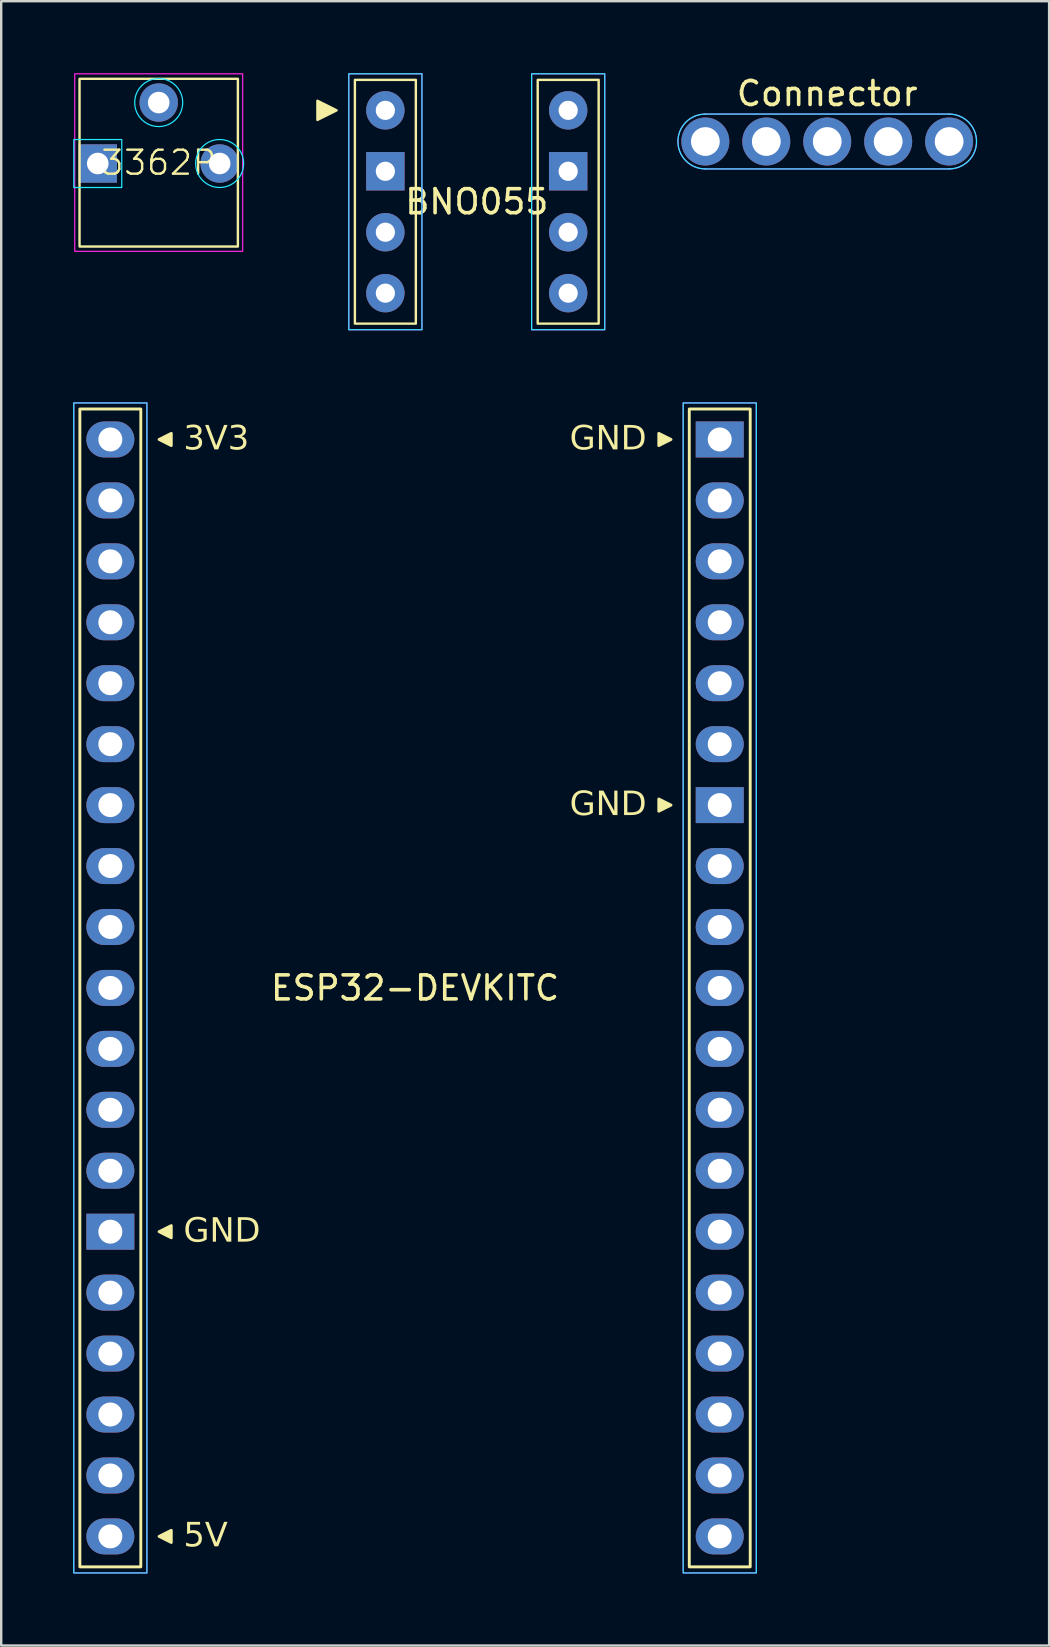
<source format=kicad_pcb>
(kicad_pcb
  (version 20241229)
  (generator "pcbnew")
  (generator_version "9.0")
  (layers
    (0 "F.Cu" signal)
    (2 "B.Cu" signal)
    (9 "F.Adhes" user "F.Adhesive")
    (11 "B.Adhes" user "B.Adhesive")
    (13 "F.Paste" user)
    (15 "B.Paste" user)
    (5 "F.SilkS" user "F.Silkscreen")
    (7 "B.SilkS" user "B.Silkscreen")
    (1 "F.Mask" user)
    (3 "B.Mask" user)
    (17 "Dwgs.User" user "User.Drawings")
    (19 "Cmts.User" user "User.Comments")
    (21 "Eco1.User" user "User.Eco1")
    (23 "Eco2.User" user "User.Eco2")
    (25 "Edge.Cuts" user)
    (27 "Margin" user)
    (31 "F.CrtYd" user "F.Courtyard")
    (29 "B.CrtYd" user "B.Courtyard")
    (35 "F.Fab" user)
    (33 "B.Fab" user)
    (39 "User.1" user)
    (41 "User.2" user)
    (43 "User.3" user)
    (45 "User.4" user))
  (footprint "Connector"
    (layer "F.Cu")
    (at 31.429 2.848)
    (property "Reference" "Connector" (at 0 -2 0) (unlocked yes) (layer "F.SilkS") (effects (font (size 1 1) (thickness 0.15))))
    (attr through_hole exclude_from_bom)
    (fp_line (start -5.08 -1.143) (end 5.08 -1.143) (stroke (width 0.05) (type default)) (layer "B.CrtYd"))
    (fp_line (start 5.08 1.143) (end -5.08 1.143) (stroke (width 0.05) (type default)) (layer "B.CrtYd"))
    (fp_arc (start -5.08 1.143) (mid -6.223 0) (end -5.08 -1.143) (stroke (width 0.05) (type default)) (layer "B.CrtYd"))
    (fp_arc (start 5.08 -1.143) (mid 6.223 0) (end 5.08 1.143) (stroke (width 0.05) (type default)) (layer "B.CrtYd"))
    (fp_line (start -5.08 -1.143) (end 5.08 -1.143) (stroke (width 0.05) (type default)) (layer "F.CrtYd"))
    (fp_line (start 5.08 1.143) (end -5.08 1.143) (stroke (width 0.05) (type default)) (layer "F.CrtYd"))
    (fp_arc (start -5.08 1.143) (mid -6.223 0) (end -5.08 -1.143) (stroke (width 0.05) (type default)) (layer "F.CrtYd"))
    (fp_arc (start 5.08 -1.143) (mid 6.223 0) (end 5.08 1.143) (stroke (width 0.05) (type default)) (layer "F.CrtYd"))
    (pad "1" thru_hole circle (at -5.08 0) (size 2 2) (drill 1.2) (layers "*.Cu" "*.Mask"))
    (pad "2" thru_hole circle (at -2.54 0) (size 2 2) (drill 1.2) (layers "*.Cu" "*.Mask"))
    (pad "3" thru_hole circle (at 0 0) (size 2 2) (drill 1.2) (layers "*.Cu" "*.Mask"))
    (pad "4" thru_hole circle (at 2.54 0) (size 2 2) (drill 1.2) (layers "*.Cu" "*.Mask"))
    (pad "5" thru_hole circle (at 5.08 0) (size 2 2) (drill 1.2) (layers "*.Cu" "*.Mask")))
  (footprint "3362P"
    (layer "F.Cu")
    (at 3.565 3.765)
    (property "Reference" "3362P" (at 0 -0.035 0) (unlocked yes) (layer "F.SilkS") (effects (font (size 1 1) (thickness 0.1))))
    (attr through_hole)
    (fp_rect (start -3.3 -3.53) (end 3.3 3.46) (stroke (width 0.1) (type default)) (fill no) (layer "F.SilkS"))
    (fp_rect (start -3.54 -1) (end -1.54 1) (stroke (width 0.05) (type default)) (fill no) (layer "B.CrtYd"))
    (fp_circle (center 0 -2.54) (end 0 -1.54) (stroke (width 0.05) (type default)) (fill no) (layer "B.CrtYd"))
    (fp_circle (center 2.54 0) (end 3.54 0) (stroke (width 0.05) (type default)) (fill no) (layer "B.CrtYd"))
    (fp_rect (start -3.5 -3.74) (end 3.5 3.66) (stroke (width 0.05) (type default)) (fill no) (layer "F.CrtYd"))
    (pad "1" thru_hole rect (at -2.54 0) (size 1.6 1.6) (drill 0.9) (layers "*.Cu" "*.Mask"))
    (pad "2" thru_hole circle (at 0 -2.54) (size 1.6 1.6) (drill 0.9) (layers "*.Cu" "*.Mask"))
    (pad "3" thru_hole circle (at 2.54 0) (size 1.6 1.6) (drill 0.9) (layers "*.Cu" "*.Mask")))
  (footprint "ESP32-DEVKITC"
    (layer "F.Cu")
    (at 14.249 38.127)
    (property "Reference" "ESP32-DEVKITC" (at 0 0 0) (layer "F.SilkS") (effects (font (size 1 1) (thickness 0.15))))
    (attr through_hole)
    (fp_rect (start -13.97 -24.13) (end -11.43 24.13) (stroke (width 0.12) (type default)) (fill no) (layer "F.SilkS"))
    (fp_rect (start 11.43 -24.13) (end 13.97 24.13) (stroke (width 0.12) (type default)) (fill no) (layer "F.SilkS"))
    (fp_poly (pts (xy -10.668 -22.86) (xy -10.16 -22.606) (xy -10.16 -23.114)) (stroke (width 0.12) (type solid)) (fill yes) (layer "F.SilkS"))
    (fp_poly (pts (xy -10.668 10.16) (xy -10.16 10.414) (xy -10.16 9.906)) (stroke (width 0.12) (type solid)) (fill yes) (layer "F.SilkS"))
    (fp_poly (pts (xy -10.668 22.86) (xy -10.16 23.114) (xy -10.16 22.606)) (stroke (width 0.12) (type solid)) (fill yes) (layer "F.SilkS"))
    (fp_poly (pts (xy 10.668 -22.86) (xy 10.16 -23.114) (xy 10.16 -22.606)) (stroke (width 0.12) (type solid)) (fill yes) (layer "F.SilkS"))
    (fp_poly (pts (xy 10.668 -7.62) (xy 10.16 -7.874) (xy 10.16 -7.366)) (stroke (width 0.12) (type solid)) (fill yes) (layer "F.SilkS"))
    (fp_rect (start -14.224 -24.384) (end -11.176 24.384) (stroke (width 0.05) (type default)) (fill no) (layer "B.CrtYd"))
    (fp_rect (start 11.176 -24.384) (end 14.224 24.384) (stroke (width 0.05) (type default)) (fill no) (layer "B.CrtYd"))
    (fp_rect (start -14.224 -24.384) (end -11.176 24.384) (stroke (width 0.05) (type default)) (fill no) (layer "F.CrtYd"))
    (fp_rect (start 11.176 -24.384) (end 14.224 24.384) (stroke (width 0.05) (type default)) (fill no) (layer "F.CrtYd"))
    (fp_text user "GND" (at 9.652 -22.86 0) (unlocked yes) (layer "F.SilkS") (effects (font (face "Bahnschrift") (size 1 1) (thickness 0.15)) (justify right)))
    (fp_text user "5V" (at -9.652 22.86 0) (unlocked yes) (layer "F.SilkS") (effects (font (face "Bahnschrift") (size 1 1) (thickness 0.15)) (justify left)))
    (fp_text user "3V3" (at -9.652 -22.86 0) (unlocked yes) (layer "F.SilkS") (effects (font (face "Bahnschrift") (size 1 1) (thickness 0.15)) (justify left)))
    (fp_text user "GND" (at -9.652 10.16 0) (unlocked yes) (layer "F.SilkS") (effects (font (face "Bahnschrift") (size 1 1) (thickness 0.15)) (justify left)))
    (fp_text user "GND" (at 9.652 -7.62 0) (unlocked yes) (layer "F.SilkS") (effects (font (face "Bahnschrift") (size 1 1) (thickness 0.15)) (justify right)))
    (pad "1" thru_hole oval (at -12.7 -22.86) (size 2 1.5) (drill 1) (layers "*.Cu" "*.Mask"))
    (pad "2" thru_hole oval (at -12.7 -20.32) (size 2 1.5) (drill 1) (layers "*.Cu" "*.Mask"))
    (pad "3" thru_hole oval (at -12.7 -17.78) (size 2 1.5) (drill 1) (layers "*.Cu" "*.Mask"))
    (pad "4" thru_hole oval (at -12.7 -15.24) (size 2 1.5) (drill 1) (layers "*.Cu" "*.Mask"))
    (pad "5" thru_hole oval (at -12.7 -12.7) (size 2 1.5) (drill 1) (layers "*.Cu" "*.Mask"))
    (pad "6" thru_hole oval (at -12.7 -10.16) (size 2 1.5) (drill 1) (layers "*.Cu" "*.Mask"))
    (pad "7" thru_hole oval (at -12.7 -7.62) (size 2 1.5) (drill 1) (layers "*.Cu" "*.Mask"))
    (pad "8" thru_hole oval (at -12.7 -5.08) (size 2 1.5) (drill 1) (layers "*.Cu" "*.Mask"))
    (pad "9" thru_hole oval (at -12.7 -2.54) (size 2 1.5) (drill 1) (layers "*.Cu" "*.Mask"))
    (pad "10" thru_hole oval (at -12.7 0) (size 2 1.5) (drill 1) (layers "*.Cu" "*.Mask"))
    (pad "11" thru_hole oval (at -12.7 2.54) (size 2 1.5) (drill 1) (layers "*.Cu" "*.Mask"))
    (pad "12" thru_hole oval (at -12.7 5.08) (size 2 1.5) (drill 1) (layers "*.Cu" "*.Mask"))
    (pad "13" thru_hole oval (at -12.7 7.62) (size 2 1.5) (drill 1) (layers "*.Cu" "*.Mask"))
    (pad "14" thru_hole rect (at -12.7 10.16) (size 2 1.5) (drill 1) (layers "*.Cu" "*.Mask"))
    (pad "15" thru_hole oval (at -12.7 12.7) (size 2 1.5) (drill 1) (layers "*.Cu" "*.Mask"))
    (pad "16" thru_hole oval (at -12.7 15.24) (size 2 1.5) (drill 1) (layers "*.Cu" "*.Mask"))
    (pad "17" thru_hole oval (at -12.7 17.78) (size 2 1.5) (drill 1) (layers "*.Cu" "*.Mask"))
    (pad "18" thru_hole oval (at -12.7 20.32) (size 2 1.5) (drill 1) (layers "*.Cu" "*.Mask"))
    (pad "19" thru_hole oval (at -12.7 22.86) (size 2 1.5) (drill 1) (layers "*.Cu" "*.Mask"))
    (pad "20" thru_hole oval (at 12.7 22.86) (size 2 1.5) (drill 1) (layers "*.Cu" "*.Mask"))
    (pad "21" thru_hole oval (at 12.7 20.32) (size 2 1.5) (drill 1) (layers "*.Cu" "*.Mask"))
    (pad "22" thru_hole oval (at 12.7 17.78) (size 2 1.5) (drill 1) (layers "*.Cu" "*.Mask"))
    (pad "23" thru_hole oval (at 12.7 15.24) (size 2 1.5) (drill 1) (layers "*.Cu" "*.Mask"))
    (pad "24" thru_hole oval (at 12.7 12.7) (size 2 1.5) (drill 1) (layers "*.Cu" "*.Mask"))
    (pad "25" thru_hole oval (at 12.7 10.16) (size 2 1.5) (drill 1) (layers "*.Cu" "*.Mask"))
    (pad "26" thru_hole oval (at 12.7 7.62) (size 2 1.5) (drill 1) (layers "*.Cu" "*.Mask"))
    (pad "27" thru_hole oval (at 12.7 5.08) (size 2 1.5) (drill 1) (layers "*.Cu" "*.Mask"))
    (pad "28" thru_hole oval (at 12.7 2.54) (size 2 1.5) (drill 1) (layers "*.Cu" "*.Mask"))
    (pad "29" thru_hole oval (at 12.7 0) (size 2 1.5) (drill 1) (layers "*.Cu" "*.Mask"))
    (pad "30" thru_hole oval (at 12.7 -2.54) (size 2 1.5) (drill 1) (layers "*.Cu" "*.Mask"))
    (pad "31" thru_hole oval (at 12.7 -5.08) (size 2 1.5) (drill 1) (layers "*.Cu" "*.Mask"))
    (pad "32" thru_hole rect (at 12.7 -7.62) (size 2 1.5) (drill 1) (layers "*.Cu" "*.Mask"))
    (pad "33" thru_hole oval (at 12.7 -10.16) (size 2 1.5) (drill 1) (layers "*.Cu" "*.Mask"))
    (pad "34" thru_hole oval (at 12.7 -12.7) (size 2 1.5) (drill 1) (layers "*.Cu" "*.Mask"))
    (pad "35" thru_hole oval (at 12.7 -15.24) (size 2 1.5) (drill 1) (layers "*.Cu" "*.Mask"))
    (pad "36" thru_hole oval (at 12.7 -17.78) (size 2 1.5) (drill 1) (layers "*.Cu" "*.Mask"))
    (pad "37" thru_hole oval (at 12.7 -20.32) (size 2 1.5) (drill 1) (layers "*.Cu" "*.Mask"))
    (pad "38" thru_hole rect (at 12.7 -22.86) (size 2 1.5) (drill 1) (layers "*.Cu" "*.Mask")))
  (footprint "BNO055"
    (layer "F.Cu")
    (at 16.822 5.359)
    (property "Reference" "BNO055" (at 0 0 0) (layer "F.SilkS") (effects (font (size 1 1) (thickness 0.15))))
    (attr through_hole)
    (fp_rect (start -5.08 -5.08) (end -2.54 5.08) (stroke (width 0.1) (type default)) (fill no) (layer "F.SilkS"))
    (fp_rect (start 2.54 -5.08) (end 5.08 5.08) (stroke (width 0.1) (type default)) (fill no) (layer "F.SilkS"))
    (fp_poly (pts (xy -6.642 -4.21) (xy -5.842 -3.81) (xy -6.642 -3.41)) (stroke (width 0.1) (type solid)) (fill yes) (layer "F.SilkS"))
    (fp_rect (start -5.334 -5.334) (end -2.286 5.334) (stroke (width 0.05) (type default)) (fill no) (layer "B.CrtYd"))
    (fp_rect (start 2.286 -5.334) (end 5.334 5.334) (stroke (width 0.05) (type default)) (fill no) (layer "B.CrtYd"))
    (fp_rect (start -5.334 -5.334) (end -2.286 5.334) (stroke (width 0.05) (type default)) (fill no) (layer "F.CrtYd"))
    (fp_rect (start 2.286 -5.334) (end 5.334 5.334) (stroke (width 0.05) (type default)) (fill no) (layer "F.CrtYd"))
    (pad "1" thru_hole oval (at -3.81 -3.81) (size 1.6 1.6) (drill 0.8) (layers "*.Cu" "*.Mask"))
    (pad "2" thru_hole rect (at -3.81 -1.27) (size 1.6 1.6) (drill 0.8) (layers "*.Cu" "*.Mask"))
    (pad "3" thru_hole circle (at -3.81 1.27) (size 1.6 1.6) (drill 0.8) (layers "*.Cu" "*.Mask"))
    (pad "4" thru_hole circle (at -3.81 3.81) (size 1.6 1.6) (drill 0.8) (layers "*.Cu" "*.Mask"))
    (pad "5" thru_hole circle (at 3.81 3.81) (size 1.6 1.6) (drill 0.8) (layers "*.Cu" "*.Mask"))
    (pad "6" thru_hole circle (at 3.81 1.27) (size 1.6 1.6) (drill 0.8) (layers "*.Cu" "*.Mask"))
    (pad "7" thru_hole rect (at 3.81 -1.27) (size 1.6 1.6) (drill 0.8) (layers "*.Cu" "*.Mask"))
    (pad "8" thru_hole circle (at 3.81 -3.81) (size 1.6 1.6) (drill 0.8) (layers "*.Cu" "*.Mask")))
  (gr_rect
    (start -3 -3)
    (end 40.677 65.536)
    (stroke (width 0.1) (type default))
    (fill no)
    (layer "Edge.Cuts")))
</source>
